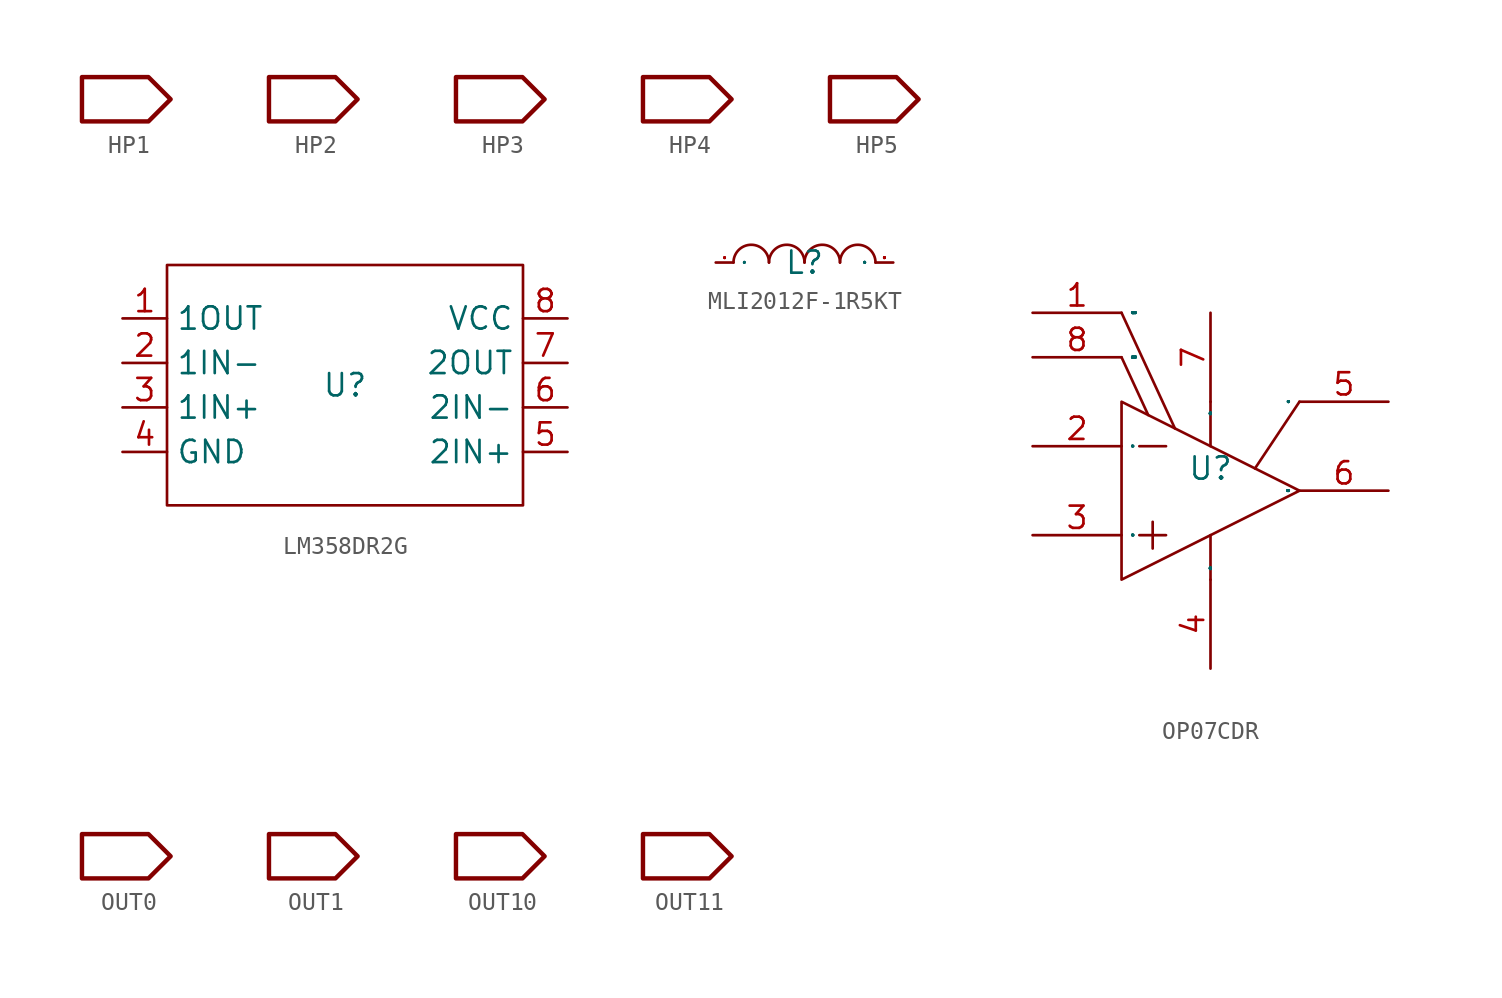
<source format=kicad_sym>
(kicad_symbol_lib
  (version 20241209)
  (generator "kicad_symbol_editor")
  (generator_version "9.0")
  (symbol "HP1"
    (power)
    (pin_numbers
      (hide yes))
    (pin_names
      (hide yes))
    (property "Reference" "#PWR"
      (at 0 0 0)
      (effects (font (size 1.27 1.27)) (hide yes)))
    (property "Value" ""
      (at 0 0 0)
      (effects (font (size 1.27 1.27))))
    (symbol "HP1_1_0"
      (polyline (pts (xy 0 0) (xy -1.27 -1.27) (xy -1.27 -1.27) (xy -5.08 -1.27) (xy -5.08 -1.27) (xy -5.08 1.27) (xy -5.08 1.27) (xy -1.27 1.27) (xy -1.27 1.27) (xy 0 0)) (stroke (width 0.254) (type default)) (fill (type none)))
      (pin input line (at 0 0 0) (length 0) (name "" (effects (font (size 0.025 0.025)))) (number "1" (effects (font (size 0 0)))))))
  (symbol "HP2"
    (power)
    (pin_numbers
      (hide yes))
    (pin_names
      (hide yes))
    (property "Reference" "#PWR"
      (at 0 0 0)
      (effects (font (size 1.27 1.27)) (hide yes)))
    (property "Value" ""
      (at 0 0 0)
      (effects (font (size 1.27 1.27))))
    (symbol "HP2_1_0"
      (polyline (pts (xy 0 0) (xy -1.27 -1.27) (xy -1.27 -1.27) (xy -5.08 -1.27) (xy -5.08 -1.27) (xy -5.08 1.27) (xy -5.08 1.27) (xy -1.27 1.27) (xy -1.27 1.27) (xy 0 0)) (stroke (width 0.254) (type default)) (fill (type none)))
      (pin input line (at 0 0 0) (length 0) (name "" (effects (font (size 0.025 0.025)))) (number "1" (effects (font (size 0 0)))))))
  (symbol "HP3"
    (power)
    (pin_numbers
      (hide yes))
    (pin_names
      (hide yes))
    (property "Reference" "#PWR"
      (at 0 0 0)
      (effects (font (size 1.27 1.27)) (hide yes)))
    (property "Value" ""
      (at 0 0 0)
      (effects (font (size 1.27 1.27))))
    (symbol "HP3_1_0"
      (polyline (pts (xy 0 0) (xy -1.27 -1.27) (xy -1.27 -1.27) (xy -5.08 -1.27) (xy -5.08 -1.27) (xy -5.08 1.27) (xy -5.08 1.27) (xy -1.27 1.27) (xy -1.27 1.27) (xy 0 0)) (stroke (width 0.254) (type default)) (fill (type none)))
      (pin input line (at 0 0 0) (length 0) (name "" (effects (font (size 0.025 0.025)))) (number "1" (effects (font (size 0 0)))))))
  (symbol "HP4"
    (power)
    (pin_numbers
      (hide yes))
    (pin_names
      (hide yes))
    (property "Reference" "#PWR"
      (at 0 0 0)
      (effects (font (size 1.27 1.27)) (hide yes)))
    (property "Value" ""
      (at 0 0 0)
      (effects (font (size 1.27 1.27))))
    (symbol "HP4_1_0"
      (polyline (pts (xy 0 0) (xy -1.27 -1.27) (xy -1.27 -1.27) (xy -5.08 -1.27) (xy -5.08 -1.27) (xy -5.08 1.27) (xy -5.08 1.27) (xy -1.27 1.27) (xy -1.27 1.27) (xy 0 0)) (stroke (width 0.254) (type default)) (fill (type none)))
      (pin input line (at 0 0 0) (length 0) (name "" (effects (font (size 0.025 0.025)))) (number "1" (effects (font (size 0 0)))))))
  (symbol "HP5"
    (power)
    (pin_numbers
      (hide yes))
    (pin_names
      (hide yes))
    (property "Reference" "#PWR"
      (at 0 0 0)
      (effects (font (size 1.27 1.27)) (hide yes)))
    (property "Value" ""
      (at 0 0 0)
      (effects (font (size 1.27 1.27))))
    (symbol "HP5_1_0"
      (polyline (pts (xy 0 0) (xy -1.27 -1.27) (xy -1.27 -1.27) (xy -5.08 -1.27) (xy -5.08 -1.27) (xy -5.08 1.27) (xy -5.08 1.27) (xy -1.27 1.27) (xy -1.27 1.27) (xy 0 0)) (stroke (width 0.254) (type default)) (fill (type none)))
      (pin input line (at 0 0 0) (length 0) (name "" (effects (font (size 0.025 0.025)))) (number "1" (effects (font (size 0 0)))))))
  (symbol "LM358DR2G"
    (property "Reference" "U"
      (at 0 0 0)
      (effects (font (size 1.27 1.27))))
    (property "Value" ""
      (at 0 0 0)
      (effects (font (size 1.27 1.27))))
    (symbol "LM358DR2G_1_0"
      (rectangle (start -10.16 6.858) (end 10.16 -6.858) (stroke (width 0) (type default)) (fill (type none)))
      (pin unspecified line (at -12.7 3.81 0) (length 2.54) (name "1OUT" (effects (font (size 1.27 1.27)))) (number "1" (effects (font (size 1.27 1.27)))))
      (pin unspecified line (at -12.7 1.27 0) (length 2.54) (name "1IN-" (effects (font (size 1.27 1.27)))) (number "2" (effects (font (size 1.27 1.27)))))
      (pin unspecified line (at -12.7 -1.27 0) (length 2.54) (name "1IN+" (effects (font (size 1.27 1.27)))) (number "3" (effects (font (size 1.27 1.27)))))
      (pin unspecified line (at -12.7 -3.81 0) (length 2.54) (name "GND" (effects (font (size 1.27 1.27)))) (number "4" (effects (font (size 1.27 1.27)))))
      (pin unspecified line (at 12.7 3.81 180) (length 2.54) (name "VCC" (effects (font (size 1.27 1.27)))) (number "8" (effects (font (size 1.27 1.27)))))
      (pin unspecified line (at 12.7 1.27 180) (length 2.54) (name "2OUT" (effects (font (size 1.27 1.27)))) (number "7" (effects (font (size 1.27 1.27)))))
      (pin unspecified line (at 12.7 -1.27 180) (length 2.54) (name "2IN-" (effects (font (size 1.27 1.27)))) (number "6" (effects (font (size 1.27 1.27)))))
      (pin unspecified line (at 12.7 -3.81 180) (length 2.54) (name "2IN+" (effects (font (size 1.27 1.27)))) (number "5" (effects (font (size 1.27 1.27)))))))
  (symbol "MLI2012F-1R5KT"
    (property "Reference" "L"
      (at 0 0 0)
      (effects (font (size 1.27 1.27))))
    (symbol "MLI2012F-1R5KT_1_0"
      (arc (start -4.064 0) (mid -3.0226 1.016) (end -2.032 0) (stroke (width 0) (type default)) (fill (type none)))
      (arc (start -2.032 0) (mid -0.9906 1.016) (end 0 0) (stroke (width 0) (type default)) (fill (type none)))
      (arc (start 0 0) (mid 1.016 1.016) (end 2.032 0) (stroke (width 0) (type default)) (fill (type none)))
      (arc (start 2.032 0) (mid 3.048 1.016) (end 4.064 0) (stroke (width 0) (type default)) (fill (type none)))
      (pin unspecified line (at -5.08 0 0) (length 1.016) (name "1" (effects (font (size 0.025 0.025)))) (number "1" (effects (font (size 0.025 0.025)))))
      (pin unspecified line (at 5.08 0 180) (length 1.016) (name "2" (effects (font (size 0.025 0.025)))) (number "2" (effects (font (size 0.025 0.025)))))))
  (symbol "OP07CDR"
    (property "Reference" "U"
      (at 0 0 0)
      (effects (font (size 1.27 1.27))))
    (property "Value" ""
      (at 0 0 0)
      (effects (font (size 1.27 1.27))))
    (symbol "OP07CDR_1_0"
      (polyline (pts (xy -5.08 -6.35) (xy 5.08 -1.27) (xy 5.08 -1.27) (xy -5.08 3.81) (xy -5.08 3.81) (xy -5.08 -6.35)) (stroke (width 0) (type default)) (fill (type none)))
      (polyline (pts (xy -4.064 1.27) (xy -2.54 1.27)) (stroke (width 0) (type default)) (fill (type none)))
      (polyline (pts (xy -4.064 -3.81) (xy -2.54 -3.81)) (stroke (width 0) (type default)) (fill (type none)))
      (polyline (pts (xy -3.556 3.048) (xy -5.08 6.35)) (stroke (width 0) (type default)) (fill (type none)))
      (polyline (pts (xy -3.302 -3.048) (xy -3.302 -4.572)) (stroke (width 0) (type default)) (fill (type none)))
      (polyline (pts (xy -2.032 2.286) (xy -5.08 8.89)) (stroke (width 0) (type default)) (fill (type none)))
      (polyline (pts (xy 0 3.81) (xy 0 1.27)) (stroke (width 0) (type default)) (fill (type none)))
      (polyline (pts (xy 0 -3.81) (xy 0 -6.35)) (stroke (width 0) (type default)) (fill (type none)))
      (polyline (pts (xy 5.08 3.81) (xy 2.54 0)) (stroke (width 0) (type default)) (fill (type none)))
      (pin unspecified line (at -10.16 8.89 0) (length 5.08) (name "OFFSET_N1" (effects (font (size 0.025 0.025)))) (number "1" (effects (font (size 1.27 1.27)))))
      (pin unspecified line (at -10.16 6.35 0) (length 5.08) (name "OFFSET_N2" (effects (font (size 0.025 0.025)))) (number "8" (effects (font (size 1.27 1.27)))))
      (pin unspecified line (at -10.16 1.27 0) (length 5.08) (name "IN-" (effects (font (size 0.025 0.025)))) (number "2" (effects (font (size 1.27 1.27)))))
      (pin unspecified line (at -10.16 -3.81 0) (length 5.08) (name "IN+" (effects (font (size 0.025 0.025)))) (number "3" (effects (font (size 1.27 1.27)))))
      (pin unspecified line (at 0 8.89 270) (length 5.08) (name "VCC+" (effects (font (size 0.025 0.025)))) (number "7" (effects (font (size 1.27 1.27)))))
      (pin unspecified line (at 0 -11.43 90) (length 5.08) (name "VCC-" (effects (font (size 0.025 0.025)))) (number "4" (effects (font (size 1.27 1.27)))))
      (pin unspecified line (at 10.16 3.81 180) (length 5.08) (name "NC" (effects (font (size 0.025 0.025)))) (number "5" (effects (font (size 1.27 1.27)))))
      (pin output line (at 10.16 -1.27 180) (length 5.08) (name "OUT" (effects (font (size 0.025 0.025)))) (number "6" (effects (font (size 1.27 1.27)))))))
  (symbol "OUT0"
    (power)
    (pin_numbers
      (hide yes))
    (pin_names
      (hide yes))
    (property "Reference" "#PWR"
      (at 0 0 0)
      (effects (font (size 1.27 1.27)) (hide yes)))
    (property "Value" ""
      (at 0 0 0)
      (effects (font (size 1.27 1.27))))
    (symbol "OUT0_1_0"
      (polyline (pts (xy 0 0) (xy -1.27 -1.27) (xy -1.27 -1.27) (xy -5.08 -1.27) (xy -5.08 -1.27) (xy -5.08 1.27) (xy -5.08 1.27) (xy -1.27 1.27) (xy -1.27 1.27) (xy 0 0)) (stroke (width 0.254) (type default)) (fill (type none)))
      (pin input line (at 0 0 0) (length 0) (name "" (effects (font (size 0.025 0.025)))) (number "1" (effects (font (size 0 0)))))))
  (symbol "OUT1"
    (power)
    (pin_numbers
      (hide yes))
    (pin_names
      (hide yes))
    (property "Reference" "#PWR"
      (at 0 0 0)
      (effects (font (size 1.27 1.27)) (hide yes)))
    (property "Value" ""
      (at 0 0 0)
      (effects (font (size 1.27 1.27))))
    (symbol "OUT1_1_0"
      (polyline (pts (xy 0 0) (xy -1.27 -1.27) (xy -1.27 -1.27) (xy -5.08 -1.27) (xy -5.08 -1.27) (xy -5.08 1.27) (xy -5.08 1.27) (xy -1.27 1.27) (xy -1.27 1.27) (xy 0 0)) (stroke (width 0.254) (type default)) (fill (type none)))
      (pin input line (at 0 0 0) (length 0) (name "" (effects (font (size 0.025 0.025)))) (number "1" (effects (font (size 0 0)))))))
  (symbol "OUT10"
    (power)
    (pin_numbers
      (hide yes))
    (pin_names
      (hide yes))
    (property "Reference" "#PWR"
      (at 0 0 0)
      (effects (font (size 1.27 1.27)) (hide yes)))
    (property "Value" ""
      (at 0 0 0)
      (effects (font (size 1.27 1.27))))
    (symbol "OUT10_1_0"
      (polyline (pts (xy 0 0) (xy -1.27 -1.27) (xy -1.27 -1.27) (xy -5.08 -1.27) (xy -5.08 -1.27) (xy -5.08 1.27) (xy -5.08 1.27) (xy -1.27 1.27) (xy -1.27 1.27) (xy 0 0)) (stroke (width 0.254) (type default)) (fill (type none)))
      (pin input line (at 0 0 0) (length 0) (name "" (effects (font (size 0.025 0.025)))) (number "1" (effects (font (size 0 0)))))))
  (symbol "OUT11"
    (power)
    (pin_numbers
      (hide yes))
    (pin_names
      (hide yes))
    (property "Reference" "#PWR"
      (at 0 0 0)
      (effects (font (size 1.27 1.27)) (hide yes)))
    (property "Value" ""
      (at 0 0 0)
      (effects (font (size 1.27 1.27))))
    (symbol "OUT11_1_0"
      (polyline (pts (xy 0 0) (xy -1.27 -1.27) (xy -1.27 -1.27) (xy -5.08 -1.27) (xy -5.08 -1.27) (xy -5.08 1.27) (xy -5.08 1.27) (xy -1.27 1.27) (xy -1.27 1.27) (xy 0 0)) (stroke (width 0.254) (type default)) (fill (type none)))
      (pin input line (at 0 0 0) (length 0) (name "" (effects (font (size 0.025 0.025)))) (number "1" (effects (font (size 0 0))))))))
</source>
